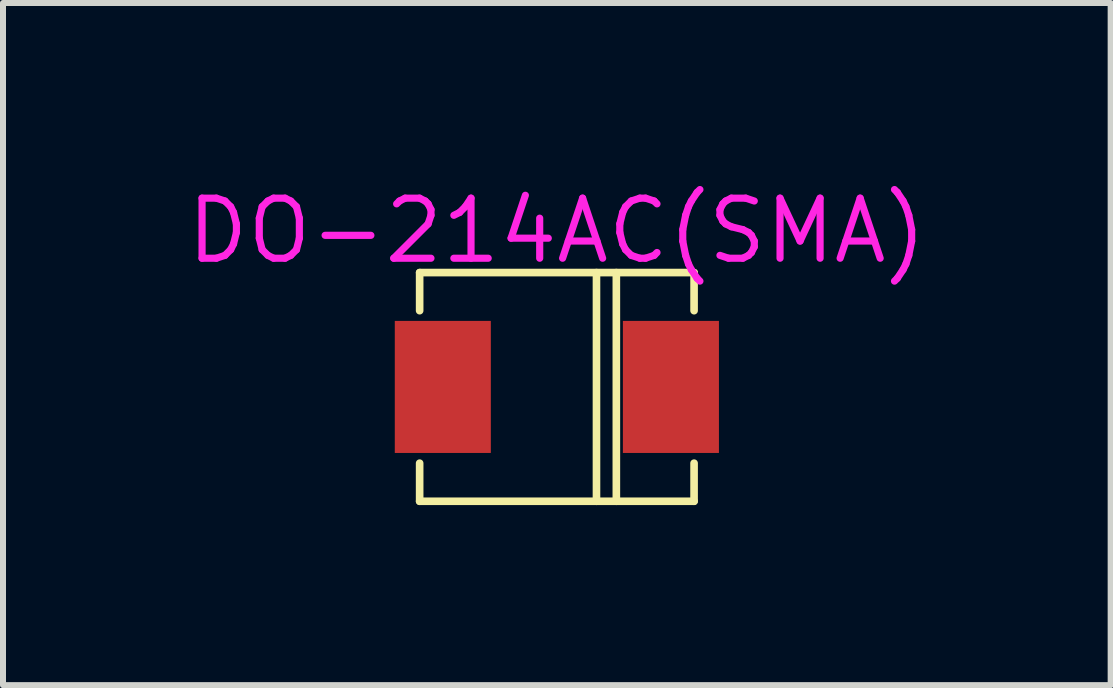
<source format=kicad_pcb>
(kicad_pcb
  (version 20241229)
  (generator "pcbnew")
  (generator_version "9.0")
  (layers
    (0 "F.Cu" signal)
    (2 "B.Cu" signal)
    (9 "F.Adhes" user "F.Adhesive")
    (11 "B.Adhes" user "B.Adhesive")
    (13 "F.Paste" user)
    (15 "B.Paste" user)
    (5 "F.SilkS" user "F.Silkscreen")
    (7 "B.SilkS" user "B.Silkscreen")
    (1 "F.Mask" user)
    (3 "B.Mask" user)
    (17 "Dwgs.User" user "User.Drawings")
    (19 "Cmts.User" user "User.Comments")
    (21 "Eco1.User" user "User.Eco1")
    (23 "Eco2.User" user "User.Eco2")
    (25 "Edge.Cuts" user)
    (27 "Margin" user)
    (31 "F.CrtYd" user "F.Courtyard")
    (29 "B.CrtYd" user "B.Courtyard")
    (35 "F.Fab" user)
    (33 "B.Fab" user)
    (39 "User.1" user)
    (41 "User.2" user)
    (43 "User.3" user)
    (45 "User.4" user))
  (footprint "DO-214AC(SMA)"
    (layer "F.Cu")
    (at 6.227 3.396)
    (property "Reference" "DO-214AC(SMA)" (at 0 -2.601 0) (layer "F.CrtYd") (effects (font (size 1.001 1.001) (thickness 0.119))))
    (attr smd)
    (fp_line (start -2.286 -1.905) (end 2.286 -1.905) (stroke (width 0.127) (type solid)) (layer "F.SilkS"))
    (fp_line (start -2.286 -1.27) (end -2.286 -1.905) (stroke (width 0.127) (type solid)) (layer "F.SilkS"))
    (fp_line (start -2.286 1.27) (end -2.286 1.905) (stroke (width 0.127) (type solid)) (layer "F.SilkS"))
    (fp_line (start -2.286 1.905) (end 2.286 1.905) (stroke (width 0.127) (type solid)) (layer "F.SilkS"))
    (fp_line (start 0.66 1.905) (end 0.66 -1.905) (stroke (width 0.127) (type solid)) (layer "F.SilkS"))
    (fp_line (start 0.991 1.905) (end 0.991 -1.905) (stroke (width 0.127) (type solid)) (layer "F.SilkS"))
    (fp_line (start 2.286 -1.905) (end 2.286 -1.27) (stroke (width 0.127) (type solid)) (layer "F.SilkS"))
    (fp_line (start 2.286 1.905) (end 2.286 1.27) (stroke (width 0.127) (type solid)) (layer "F.SilkS"))
    (pad "1" smd rect (at 1.9 0) (size 1.6 2.2) (layers "F.Cu" "F.Mask" "F.Paste"))
    (pad "2" smd rect (at -1.9 0) (size 1.6 2.2) (layers "F.Cu" "F.Mask" "F.Paste")))
  (gr_rect
    (start -3 -3)
    (end 15.453 8.364)
    (stroke (width 0.1) (type default))
    (fill no)
    (layer "Edge.Cuts")))
</source>
